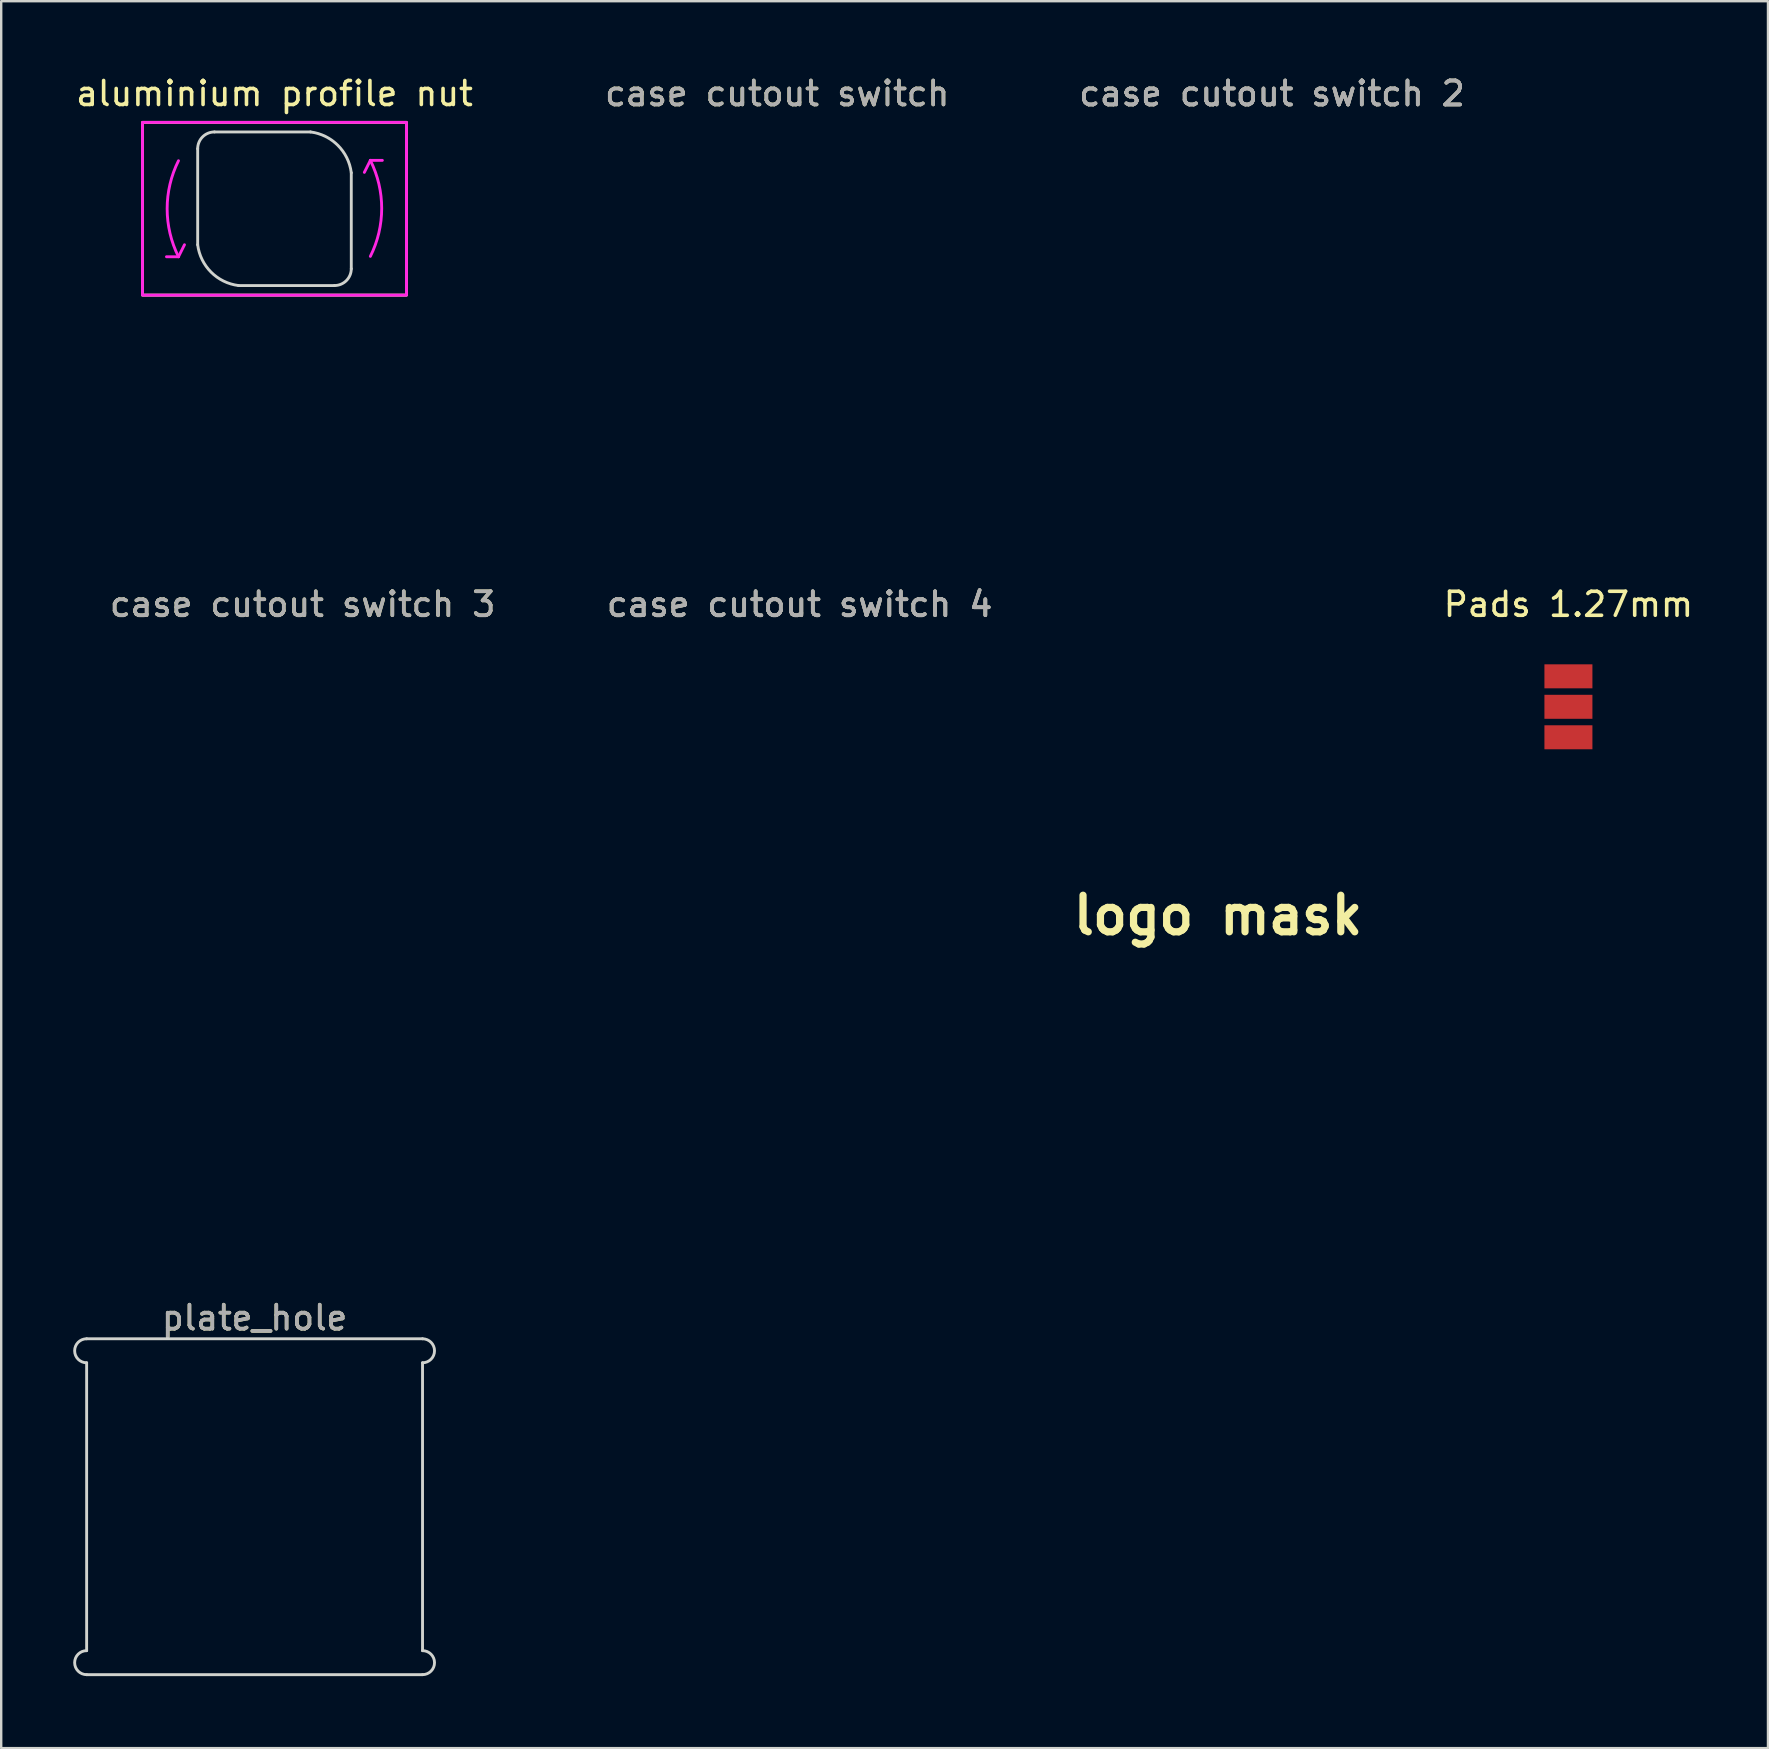
<source format=kicad_pcb>
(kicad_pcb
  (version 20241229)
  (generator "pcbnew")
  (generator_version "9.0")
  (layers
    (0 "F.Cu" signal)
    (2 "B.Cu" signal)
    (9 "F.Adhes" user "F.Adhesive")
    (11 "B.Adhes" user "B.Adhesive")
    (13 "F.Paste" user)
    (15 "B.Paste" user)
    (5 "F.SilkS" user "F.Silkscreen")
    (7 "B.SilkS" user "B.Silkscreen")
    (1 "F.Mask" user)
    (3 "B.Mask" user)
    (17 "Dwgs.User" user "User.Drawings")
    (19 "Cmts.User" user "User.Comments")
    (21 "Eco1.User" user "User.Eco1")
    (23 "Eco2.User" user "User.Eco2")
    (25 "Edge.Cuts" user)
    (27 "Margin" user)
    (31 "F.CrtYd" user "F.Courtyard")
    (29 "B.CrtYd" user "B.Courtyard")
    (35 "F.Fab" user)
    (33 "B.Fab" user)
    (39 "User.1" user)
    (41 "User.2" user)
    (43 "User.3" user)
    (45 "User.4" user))
  (footprint "aluminium profile nut"
    (layer "F.Cu")
    (at 8.387 5.648)
    (property "Reference" "aluminium profile nut" (at 0 -4.8 0) (unlocked yes) (layer "F.SilkS") (effects (font (size 1 1) (thickness 0.15))))
    (attr smd)
    (fp_rect (start -5.5 -3.6) (end 5.5 3.6) (stroke (width 0.12) (type solid)) (fill no) (layer "F.SilkS"))
    (fp_line (start -3.2 1.5) (end -3.2 -2.5) (stroke (width 0.12) (type solid)) (layer "Edge.Cuts"))
    (fp_line (start -1.5 3.2) (end 2.5 3.2) (stroke (width 0.12) (type solid)) (layer "Edge.Cuts"))
    (fp_line (start 1.5 -3.2) (end -2.5 -3.2) (stroke (width 0.12) (type solid)) (layer "Edge.Cuts"))
    (fp_line (start 3.2 -1.5) (end 3.2 2.5) (stroke (width 0.12) (type solid)) (layer "Edge.Cuts"))
    (fp_arc (start -3.2 -2.5) (mid -2.994975 -2.994975) (end -2.5 -3.2) (stroke (width 0.12) (type solid)) (layer "Edge.Cuts"))
    (fp_arc (start -1.5 3.2) (mid -2.641412 2.641412) (end -3.2 1.5) (stroke (width 0.12) (type solid)) (layer "Edge.Cuts"))
    (fp_arc (start 1.5 -3.2) (mid 2.641412 -2.641412) (end 3.2 -1.5) (stroke (width 0.12) (type solid)) (layer "Edge.Cuts"))
    (fp_arc (start 3.2 2.5) (mid 2.994975 2.994975) (end 2.5 3.2) (stroke (width 0.12) (type solid)) (layer "Edge.Cuts"))
    (fp_line (start -4 2) (end -4.5 2) (stroke (width 0.12) (type solid)) (layer "F.CrtYd"))
    (fp_line (start -3.75 1.5) (end -4 2) (stroke (width 0.12) (type solid)) (layer "F.CrtYd"))
    (fp_line (start 3.745 -1.516) (end 3.995 -2.016) (stroke (width 0.12) (type solid)) (layer "F.CrtYd"))
    (fp_line (start 3.995 -2.016) (end 4.495 -2.016) (stroke (width 0.12) (type solid)) (layer "F.CrtYd"))
    (fp_rect (start -5.5 -3.6) (end 5.5 3.6) (stroke (width 0.12) (type solid)) (fill no) (layer "F.CrtYd"))
    (fp_arc (start -3.999999 2) (mid -4.472135 0) (end -3.999999 -2) (stroke (width 0.12) (type solid)) (layer "F.CrtYd"))
    (fp_arc (start 3.995173 -2.015891) (mid 4.467309 -0.015891) (end 3.995173 1.984109) (stroke (width 0.12) (type solid)) (layer "F.CrtYd")))
  (footprint "case cutout switch 4"
    (layer "F.Cu")
    (at 30.269 30.005)
    (property "Reference" "case cutout switch 4" (at 0 -7.874 0) (layer "F.SilkS") (effects (font (size 1 1) (thickness 0.15))))
    (attr through_hole board_only)
    (fp_line (start -9.5 -4.5) (end -9.5 -0.5) (stroke (width 0.12) (type solid)) (layer "User.1"))
    (fp_line (start -9.5 -0.5) (end -7 -0.5) (stroke (width 0.12) (type solid)) (layer "User.1"))
    (fp_line (start -7.5 -7.5) (end -7.5 -4.5) (stroke (width 0.12) (type solid)) (layer "User.1"))
    (fp_line (start -7.5 -4.5) (end -9.5 -4.5) (stroke (width 0.12) (type solid)) (layer "User.1"))
    (fp_line (start -7 -0.5) (end -7 2.5) (stroke (width 0.12) (type solid)) (layer "User.1"))
    (fp_line (start -7 2.5) (end 7 2.5) (stroke (width 0.12) (type solid)) (layer "User.1"))
    (fp_line (start 7 -3) (end 8 -3) (stroke (width 0.12) (type solid)) (layer "User.1"))
    (fp_line (start 7 2.5) (end 7 -3) (stroke (width 0.12) (type solid)) (layer "User.1"))
    (fp_line (start 8 -7.5) (end -7.5 -7.5) (stroke (width 0.12) (type solid)) (layer "User.1"))
    (fp_line (start 8 -3) (end 8 -7.5) (stroke (width 0.12) (type solid)) (layer "User.1"))
    (fp_text user "${REFERENCE}" (at 0 -7.874 0) (layer "F.Fab") (effects (font (size 1 1) (thickness 0.15))))
    (fp_text user "${REFERENCE}" (at 0 -7.874 0) (layer "F.Fab") (effects (font (size 1 1) (thickness 0.15)))))
  (footprint "logo mask"
    (layer "F.Cu")
    (at 47.702 35.087)
    (property "Reference" "logo mask" (at 0 0 0) (layer "F.SilkS") (effects (font (size 1.524 1.524) (thickness 0.3))))
    (attr board_only exclude_from_pos_files exclude_from_bom)
    (fp_poly (pts (xy -1.825 0.601) (xy -2.375 0.601) (xy -2.925 0.601) (xy -2.925 -4.308) (xy -1.825 -4.308)) (stroke (width 0) (type solid)) (fill yes) (layer "F.Mask"))
    (fp_poly (pts (xy 0 -11.174) (xy -0.024 -10.365) (xy -0.099 -9.638) (xy -0.228 -8.985) (xy -0.414 -8.399) (xy -0.66 -7.873) (xy -0.97 -7.4) (xy -1.347 -6.974) (xy -1.794 -6.588) (xy -2.273 -6.259) (xy -2.453 -6.151) (xy -2.605 -6.067) (xy -2.707 -6.019) (xy -2.732 -6.012) (xy -2.794 -6.042) (xy -2.913 -6.124) (xy -3.072 -6.245) (xy -3.221 -6.365) (xy -3.649 -6.719) (xy -3.212 -6.94) (xy -2.69 -7.241) (xy -2.246 -7.578) (xy -1.877 -7.957) (xy -1.581 -8.385) (xy -1.354 -8.867) (xy -1.192 -9.411) (xy -1.094 -10.023) (xy -1.055 -10.707) (xy -1.06 -11.205) (xy -1.083 -11.873) (xy 0 -11.873)) (stroke (width 0) (type solid)) (fill yes) (layer "F.Mask"))
    (fp_poly (pts (xy 2.813 -2.768) (xy 2.805 -2.099) (xy 2.792 -1.521) (xy 2.774 -1.022) (xy 2.749 -0.593) (xy 2.718 -0.224) (xy 2.68 0.096) (xy 2.633 0.376) (xy 2.62 0.442) (xy 2.447 1.046) (xy 2.186 1.601) (xy 1.838 2.108) (xy 1.404 2.565) (xy 0.883 2.973) (xy 0.275 3.332) (xy -0.418 3.64) (xy -0.445 3.651) (xy -0.699 3.747) (xy -1.105 3.317) (xy -1.511 2.888) (xy -1.043 2.732) (xy -0.402 2.48) (xy 0.151 2.18) (xy 0.618 1.833) (xy 0.998 1.436) (xy 1.293 0.99) (xy 1.503 0.494) (xy 1.554 0.317) (xy 1.599 0.088) (xy 1.639 -0.226) (xy 1.673 -0.607) (xy 1.702 -1.041) (xy 1.724 -1.51) (xy 1.739 -2) (xy 1.747 -2.494) (xy 1.746 -2.976) (xy 1.736 -3.431) (xy 1.717 -3.842) (xy 1.708 -3.97) (xy 1.674 -4.409) (xy 2.25 -4.409) (xy 2.825 -4.409)) (stroke (width 0) (type solid)) (fill yes) (layer "F.Mask"))
    (fp_poly (pts (xy -4.074 -13.8) (xy -4.062 -13.795) (xy -3.999 -13.788) (xy -3.844 -13.781) (xy -3.605 -13.774) (xy -3.29 -13.768) (xy -2.907 -13.762) (xy -2.463 -13.757) (xy -1.968 -13.752) (xy -1.428 -13.748) (xy -0.852 -13.745) (xy -0.248 -13.742) (xy -0.229 -13.742) (xy 3.516 -13.733) (xy 3.782 -13.469) (xy 3.918 -13.329) (xy 3.99 -13.237) (xy 4.009 -13.174) (xy 3.987 -13.122) (xy 3.935 -13.049) (xy 3.84 -12.913) (xy 3.718 -12.735) (xy 3.605 -12.569) (xy 3.137 -11.912) (xy 2.688 -11.345) (xy 2.251 -10.861) (xy 1.821 -10.453) (xy 1.8 -10.435) (xy 1.632 -10.292) (xy 1.486 -10.172) (xy 1.382 -10.092) (xy 1.35 -10.07) (xy 1.281 -10.073) (xy 1.163 -10.135) (xy 0.988 -10.261) (xy 0.9 -10.33) (xy 0.737 -10.463) (xy 0.607 -10.574) (xy 0.527 -10.648) (xy 0.511 -10.668) (xy 0.541 -10.715) (xy 0.632 -10.792) (xy 0.7 -10.841) (xy 0.979 -11.048) (xy 1.284 -11.314) (xy 1.596 -11.617) (xy 1.893 -11.936) (xy 2.155 -12.249) (xy 2.362 -12.535) (xy 2.418 -12.625) (xy 2.511 -12.784) (xy -0.82 -12.767) (xy -4.15 -12.75) (xy -4.15 -13.294) (xy -4.149 -13.532) (xy -4.143 -13.687) (xy -4.131 -13.772) (xy -4.109 -13.805)) (stroke (width 0) (type solid)) (fill yes) (layer "F.Mask"))
    (fp_poly (pts (xy 2.397 5.398) (xy 2.493 5.435) (xy 2.617 5.516) (xy 2.697 5.573) (xy 2.843 5.681) (xy 2.958 5.767) (xy 3.017 5.813) (xy 3.018 5.874) (xy 2.973 5.984) (xy 2.939 6.044) (xy 2.864 6.179) (xy 2.766 6.373) (xy 2.664 6.589) (xy 2.63 6.663) (xy 2.411 7.122) (xy 2.146 7.62) (xy 1.858 8.121) (xy 1.565 8.589) (xy 1.488 8.704) (xy 1.141 9.216) (xy 1.583 9.626) (xy 1.847 9.876) (xy 2.127 10.15) (xy 2.415 10.439) (xy 2.702 10.734) (xy 2.978 11.024) (xy 3.235 11.301) (xy 3.464 11.554) (xy 3.657 11.775) (xy 3.803 11.953) (xy 3.896 12.08) (xy 3.925 12.143) (xy 3.89 12.193) (xy 3.799 12.291) (xy 3.67 12.42) (xy 3.52 12.562) (xy 3.369 12.701) (xy 3.235 12.819) (xy 3.136 12.898) (xy 3.093 12.923) (xy 3.057 12.884) (xy 2.976 12.783) (xy 2.861 12.634) (xy 2.767 12.51) (xy 2.531 12.211) (xy 2.236 11.863) (xy 1.899 11.484) (xy 1.536 11.092) (xy 1.163 10.704) (xy 0.959 10.5) (xy 0.457 10.004) (xy 0.329 10.156) (xy 0.226 10.266) (xy 0.061 10.425) (xy -0.148 10.618) (xy -0.386 10.832) (xy -0.636 11.052) (xy -0.883 11.263) (xy -1.109 11.451) (xy -1.299 11.602) (xy -1.306 11.607) (xy -1.928 12.05) (xy -2.6 12.469) (xy -2.918 12.648) (xy -3.36 12.889) (xy -4.204 12.044) (xy -3.915 11.927) (xy -3.635 11.801) (xy -3.303 11.631) (xy -2.945 11.431) (xy -2.587 11.216) (xy -2.257 11.002) (xy -2.175 10.946) (xy -1.413 10.368) (xy -0.715 9.747) (xy -0.09 9.093) (xy 0.456 8.412) (xy 0.917 7.713) (xy 1.286 7.002) (xy 1.332 6.897) (xy 1.408 6.716) (xy 1.466 6.573) (xy 1.497 6.49) (xy 1.5 6.479) (xy 1.452 6.474) (xy 1.313 6.471) (xy 1.094 6.468) (xy 0.804 6.467) (xy 0.452 6.466) (xy 0.05 6.466) (xy -0.395 6.468) (xy -0.871 6.471) (xy -0.875 6.471) (xy -3.25 6.488) (xy -3.25 5.962) (xy -3.25 5.436) (xy -0.684 5.452) (xy -0.109 5.455) (xy 0.419 5.455) (xy 0.893 5.454) (xy 1.304 5.45) (xy 1.645 5.444) (xy 1.907 5.437) (xy 2.083 5.427) (xy 2.15 5.42) (xy 2.295 5.397)) (stroke (width 0) (type solid)) (fill yes) (layer "F.Mask")))
  (footprint "plate_hole"
    (layer "F.Cu")
    (at 7.558 59.732)
    (property "Reference" "plate_hole" (at 0 -7.874 0) (layer "F.SilkS") (effects (font (size 1 1) (thickness 0.15))))
    (attr through_hole)
    (fp_line (start -6.998 -5.998) (end -6.998 5.998) (stroke (width 0.12) (type solid)) (layer "Edge.Cuts"))
    (fp_line (start 6.998 -6.998) (end -6.998 -6.998) (stroke (width 0.12) (type solid)) (layer "Edge.Cuts"))
    (fp_line (start 6.998 -5.998) (end 6.998 5.998) (stroke (width 0.12) (type solid)) (layer "Edge.Cuts"))
    (fp_line (start 6.998 6.998) (end -6.998 6.998) (stroke (width 0.12) (type solid)) (layer "Edge.Cuts"))
    (fp_arc (start -6.9977 -5.9977) (mid -7.4977 -6.4977) (end -6.9977 -6.9977) (stroke (width 0.12) (type solid)) (layer "Edge.Cuts"))
    (fp_arc (start -6.9977 6.9977) (mid -7.4977 6.4977) (end -6.9977 5.9977) (stroke (width 0.12) (type solid)) (layer "Edge.Cuts"))
    (fp_arc (start 6.9977 -6.9977) (mid 7.4977 -6.4977) (end 6.9977 -5.9977) (stroke (width 0.12) (type solid)) (layer "Edge.Cuts"))
    (fp_arc (start 6.9977 5.9977) (mid 7.4977 6.4977) (end 6.9977 6.9977) (stroke (width 0.12) (type solid)) (layer "Edge.Cuts"))
    (fp_text user "${REFERENCE}" (at 0 -7.874 0) (layer "F.Fab") (effects (font (size 1 1) (thickness 0.15)))))
  (footprint "case cutout switch 3"
    (layer "F.Cu")
    (at 9.56 30.005)
    (property "Reference" "case cutout switch 3" (at 0 -7.874 0) (layer "F.SilkS") (effects (font (size 1 1) (thickness 0.15))))
    (attr through_hole board_only)
    (fp_line (start -9.5 -4.5) (end -9.5 -0.5) (stroke (width 0.12) (type solid)) (layer "Eco2.User"))
    (fp_line (start -9.5 -0.5) (end -7 -0.5) (stroke (width 0.12) (type solid)) (layer "Eco2.User"))
    (fp_line (start -7.5 -7.5) (end -7.5 -4.5) (stroke (width 0.12) (type solid)) (layer "Eco2.User"))
    (fp_line (start -7.5 -4.5) (end -9.5 -4.5) (stroke (width 0.12) (type solid)) (layer "Eco2.User"))
    (fp_line (start -7 -0.5) (end -7 4) (stroke (width 0.12) (type solid)) (layer "Eco2.User"))
    (fp_line (start -7 4) (end -1.75 4) (stroke (width 0.12) (type solid)) (layer "Eco2.User"))
    (fp_line (start -1.75 4) (end -1.75 2.5) (stroke (width 0.12) (type solid)) (layer "Eco2.User"))
    (fp_line (start 7 -3) (end 8 -3) (stroke (width 0.12) (type solid)) (layer "Eco2.User"))
    (fp_line (start 7 2.5) (end -1.75 2.5) (stroke (width 0.12) (type solid)) (layer "Eco2.User"))
    (fp_line (start 7 2.5) (end 7 -3) (stroke (width 0.12) (type solid)) (layer "Eco2.User"))
    (fp_line (start 8 -7.5) (end -7.5 -7.5) (stroke (width 0.12) (type solid)) (layer "Eco2.User"))
    (fp_line (start 8 -3) (end 8 -7.5) (stroke (width 0.12) (type solid)) (layer "Eco2.User"))
    (fp_text user "${REFERENCE}" (at 0 -7.874 0) (layer "F.Fab") (effects (font (size 1 1) (thickness 0.15)))))
  (footprint "case cutout switch 2"
    (layer "F.Cu")
    (at 49.954 8.722)
    (property "Reference" "case cutout switch 2" (at 0 -7.874 0) (layer "F.SilkS") (effects (font (size 1 1) (thickness 0.15))))
    (attr through_hole board_only)
    (fp_line (start -9.5 -4.5) (end -9.5 -0.5) (stroke (width 0.12) (type solid)) (layer "User.1"))
    (fp_line (start -9.5 -0.5) (end -7 -0.5) (stroke (width 0.12) (type solid)) (layer "User.1"))
    (fp_line (start -7.5 -7.5) (end -7.5 -4.5) (stroke (width 0.12) (type solid)) (layer "User.1"))
    (fp_line (start -7.5 -4.5) (end -9.5 -4.5) (stroke (width 0.12) (type solid)) (layer "User.1"))
    (fp_line (start -7 -0.5) (end -7 2.5) (stroke (width 0.12) (type solid)) (layer "User.1"))
    (fp_line (start -7 2.5) (end 7 2.5) (stroke (width 0.12) (type solid)) (layer "User.1"))
    (fp_line (start -0.5 7) (end 4.5 7) (stroke (width 0.12) (type solid)) (layer "User.1"))
    (fp_line (start -0.5 9.5) (end -0.5 7) (stroke (width 0.12) (type solid)) (layer "User.1"))
    (fp_line (start 4.5 7) (end 4.5 9.5) (stroke (width 0.12) (type solid)) (layer "User.1"))
    (fp_line (start 4.5 9.5) (end -0.5 9.5) (stroke (width 0.12) (type solid)) (layer "User.1"))
    (fp_line (start 7 -3) (end 8 -3) (stroke (width 0.12) (type solid)) (layer "User.1"))
    (fp_line (start 7 2.5) (end 7 -3) (stroke (width 0.12) (type solid)) (layer "User.1"))
    (fp_line (start 8 -7.5) (end -7.5 -7.5) (stroke (width 0.12) (type solid)) (layer "User.1"))
    (fp_line (start 8 -3) (end 8 -7.5) (stroke (width 0.12) (type solid)) (layer "User.1"))
    (fp_text user "${REFERENCE}" (at 0 -7.874 0) (layer "F.Fab") (effects (font (size 1 1) (thickness 0.15))))
    (fp_text user "${REFERENCE}" (at 0 -7.874 0) (layer "F.Fab") (effects (font (size 1 1) (thickness 0.15)))))
  (footprint "Pads 1.27mm"
    (layer "F.Cu")
    (at 62.303 25.131)
    (property "Reference" "Pads 1.27mm" (at 0 -3 0) (layer "F.SilkS") (effects (font (size 1 1) (thickness 0.15))))
    (attr through_hole)
    (pad "1" smd rect (at 0 0) (size 2 1) (layers "F.Cu" "F.Mask" "F.Paste"))
    (pad "2" smd rect (at 0 1.27) (size 2 1) (layers "F.Cu" "F.Mask" "F.Paste"))
    (pad "3" smd rect (at 0 2.54) (size 2 1) (layers "F.Cu" "F.Mask" "F.Paste")))
  (footprint "case cutout switch"
    (layer "F.Cu")
    (at 29.334 8.722)
    (property "Reference" "case cutout switch" (at 0 -7.874 0) (layer "F.SilkS") (effects (font (size 1 1) (thickness 0.15))))
    (attr through_hole)
    (fp_line (start -9.5 -4.5) (end -9.5 4.5) (stroke (width 0.12) (type solid)) (layer "Eco2.User"))
    (fp_line (start -9.5 4.5) (end -7 4.5) (stroke (width 0.12) (type solid)) (layer "Eco2.User"))
    (fp_line (start -7.5 -7.5) (end -7.5 -4.5) (stroke (width 0.12) (type solid)) (layer "Eco2.User"))
    (fp_line (start -7.5 -4.5) (end -9.5 -4.5) (stroke (width 0.12) (type solid)) (layer "Eco2.User"))
    (fp_line (start -7 2.5) (end 7 2.5) (stroke (width 0.12) (type solid)) (layer "Eco2.User"))
    (fp_line (start -7 4.5) (end -7 2.5) (stroke (width 0.12) (type solid)) (layer "Eco2.User"))
    (fp_line (start 7 -3) (end 8 -3) (stroke (width 0.12) (type solid)) (layer "Eco2.User"))
    (fp_line (start 7 2.5) (end 7 -3) (stroke (width 0.12) (type solid)) (layer "Eco2.User"))
    (fp_line (start 8 -7.5) (end -7.5 -7.5) (stroke (width 0.12) (type solid)) (layer "Eco2.User"))
    (fp_line (start 8 -3) (end 8 -7.5) (stroke (width 0.12) (type solid)) (layer "Eco2.User"))
    (fp_text user "${REFERENCE}" (at 0 -7.874 0) (layer "F.Fab") (effects (font (size 1 1) (thickness 0.15)))))
  (gr_rect
    (start -3 -3)
    (end 70.618 69.79)
    (stroke (width 0.1) (type default))
    (fill no)
    (layer "Edge.Cuts")))
</source>
